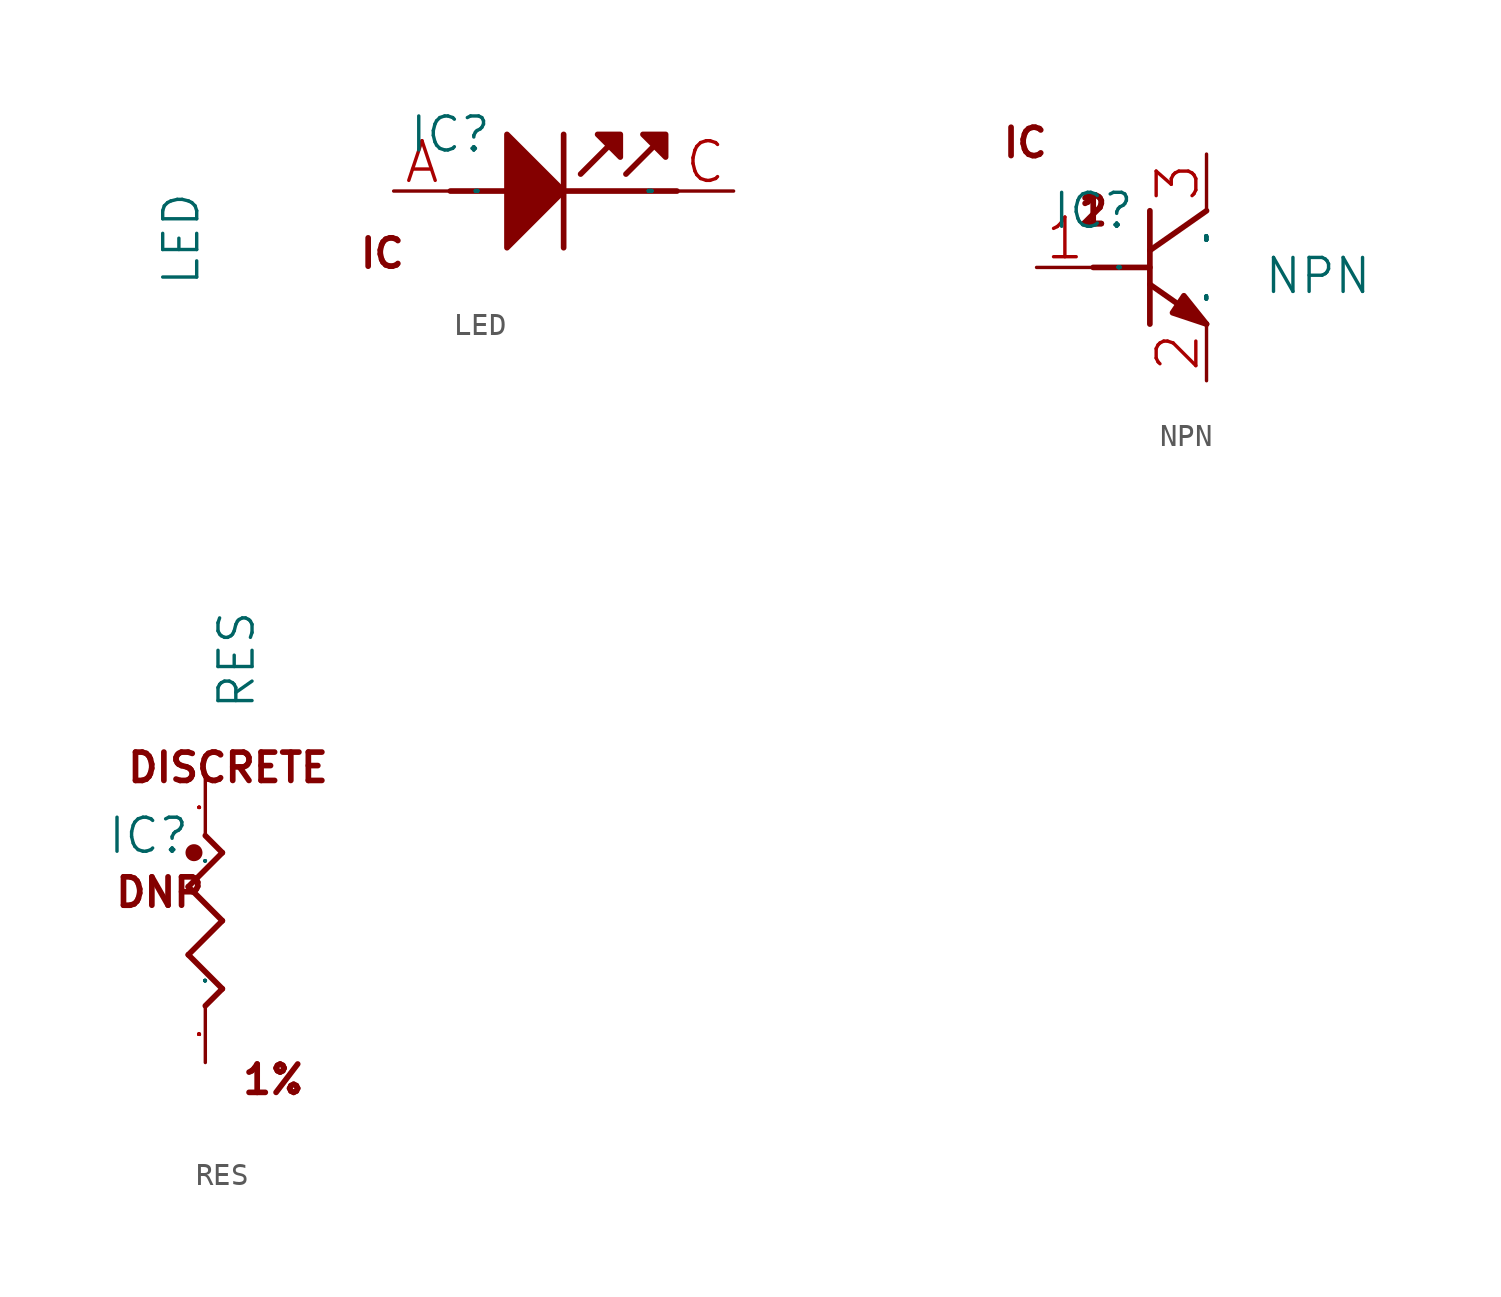
<source format=kicad_sym>
(kicad_symbol_lib
  (version 20220914)
  (generator kicad_symbol_editor)
  (symbol "LED"
    (pin_names
      (offset 1.016))
    (property "Reference" "IC"
      (at 0 0 0)
      (effects (font (size 1.524 1.524))))
    (property "Value" "LED"
      (at -11.176 -6.858 90)
      (effects (font (size 1.524 1.524)) (justify left bottom)))
    (property "Footprint" ""
      (at 0 0 0)
      (effects (font (size 1.524 1.524))))
    (property "Datasheet" ""
      (at 0 0 0)
      (effects (font (size 1.524 1.524))))
    (symbol "LED_0_1"
      (polyline (pts (xy 0 -2.54) (xy 2.54 -2.54)) (stroke (width 0.254) (type solid)) (fill (type none)))
      (polyline (pts (xy 5.08 -2.54) (xy 10.16 -2.54)) (stroke (width 0.254) (type solid)) (fill (type none)))
      (polyline (pts (xy 5.08 0) (xy 5.08 -5.08)) (stroke (width 0.254) (type solid)) (fill (type none)))
      (polyline (pts (xy 7.112 -0.508) (xy 5.842 -1.778)) (stroke (width 0.254) (type solid)) (fill (type none)))
      (polyline (pts (xy 9.144 -0.508) (xy 7.874 -1.778)) (stroke (width 0.254) (type solid)) (fill (type none)))
      (polyline (pts (xy 2.54 0) (xy 2.54 -5.08) (xy 5.08 -2.54) (xy 2.54 0) (xy 2.54 0)) (stroke (width 0.254) (type solid)) (fill (type outline)))
      (polyline (pts (xy 6.604 0) (xy 7.62 0) (xy 7.62 -1.016) (xy 6.604 0) (xy 6.604 0)) (stroke (width 0.254) (type solid)) (fill (type outline)))
      (polyline (pts (xy 9.652 0) (xy 8.636 0) (xy 9.652 -1.016) (xy 9.652 0) (xy 9.652 0)) (stroke (width 0.254) (type solid)) (fill (type outline)))
      (pin passive line (at -2.54 -2.54 0) (length 2.54) (name "ANODE" (effects (font (size 0.025 0.025)))) (number "A" (effects (font (size 1.778 1.778)))))
      (pin passive line (at 12.7 -2.54 180) (length 2.54) (name "CATHODE" (effects (font (size 0.025 0.025)))) (number "C" (effects (font (size 1.778 1.778))))))
    (symbol "LED_1_1"
      (text " " (at 15.24 -5.08 0) (effects (font (size 1.27 1.27) bold)))
      (text "IC" (at -3.048 -5.334 0) (effects (font (size 1.27 1.27) bold)))))
  (symbol "NPN"
    (pin_names
      (offset 1.016))
    (property "Reference" "IC"
      (at 0 0 0)
      (effects (font (size 1.524 1.524))))
    (property "Value" "NPN"
      (at 7.62 -3.81 0)
      (effects (font (size 1.524 1.524)) (justify left bottom)))
    (property "Footprint" ""
      (at 0 0 0)
      (effects (font (size 1.524 1.524))))
    (property "Datasheet" ""
      (at 0 0 0)
      (effects (font (size 1.524 1.524))))
    (symbol "NPN_0_1"
      (polyline (pts (xy 2.54 -3.302) (xy 5.08 -5.08)) (stroke (width 0.254) (type solid)) (fill (type none)))
      (polyline (pts (xy 2.54 -2.54) (xy 0 -2.54)) (stroke (width 0.254) (type solid)) (fill (type none)))
      (polyline (pts (xy 2.54 0) (xy 2.54 -5.08)) (stroke (width 0.254) (type solid)) (fill (type none)))
      (polyline (pts (xy 5.08 0) (xy 2.54 -1.778)) (stroke (width 0.254) (type solid)) (fill (type none)))
      (polyline (pts (xy 5.08 -5.08) (xy 4.064 -3.81) (xy 3.556 -4.572) (xy 5.08 -5.08) (xy 5.08 -5.08)) (stroke (width 0.254) (type solid)) (fill (type outline)))
      (pin input line (at -2.54 -2.54 0) (length 2.54) (name "BASE" (effects (font (size 0.025 0.025)))) (number "1" (effects (font (size 1.778 1.778)))))
      (pin passive line (at 5.08 -7.62 90) (length 2.54) (name "EMITTER" (effects (font (size 0.025 0.025)))) (number "2" (effects (font (size 1.778 1.778)))))
      (pin passive line (at 5.08 2.54 270) (length 2.54) (name "COLLECTOR" (effects (font (size 0.025 0.025)))) (number "3" (effects (font (size 1.778 1.778))))))
    (symbol "NPN_1_1"
      (text " " (at 0 0 0) (effects (font (size 1.27 1.27) bold)))
      (text "1" (at 0 0 0) (effects (font (size 1.27 1.27) bold)))
      (text "2" (at 0 0 0) (effects (font (size 1.27 1.27) bold)))
      (text "IC" (at -3.048 3.048 0) (effects (font (size 1.27 1.27) bold)))))
  (symbol "RES"
    (pin_names
      (offset 1.016))
    (property "Reference" "IC"
      (at 0 0 0)
      (effects (font (size 1.524 1.524))))
    (property "Value" "RES"
      (at 4.826 5.588 90)
      (effects (font (size 1.524 1.524)) (justify left bottom)))
    (property "Footprint" ""
      (at 0 0 0)
      (effects (font (size 1.524 1.524))))
    (property "Datasheet" ""
      (at 0 0 0)
      (effects (font (size 1.524 1.524))))
    (symbol "RES_0_1"
      (polyline (pts (xy 1.778 -5.334) (xy 3.302 -6.858)) (stroke (width 0.254) (type solid)) (fill (type none)))
      (polyline (pts (xy 1.778 -2.286) (xy 3.302 -3.81)) (stroke (width 0.254) (type solid)) (fill (type none)))
      (polyline (pts (xy 2.54 0) (xy 3.302 -0.762)) (stroke (width 0.254) (type solid)) (fill (type none)))
      (polyline (pts (xy 3.302 -6.858) (xy 2.54 -7.62)) (stroke (width 0.254) (type solid)) (fill (type none)))
      (polyline (pts (xy 3.302 -3.81) (xy 1.778 -5.334)) (stroke (width 0.254) (type solid)) (fill (type none)))
      (polyline (pts (xy 3.302 -0.762) (xy 1.778 -2.286)) (stroke (width 0.254) (type solid)) (fill (type none)))
      (circle (center 2.032 -0.762) (radius 0.254) (stroke (width 0.254) (type solid)) (fill (type outline)))
      (pin passive line (at 2.54 2.54 270) (length 2.54) (name "1" (effects (font (size 0.025 0.025)))) (number "1" (effects (font (size 0.025 0.025)))))
      (pin passive line (at 2.54 -10.16 90) (length 2.54) (name "2" (effects (font (size 0.025 0.025)))) (number "2" (effects (font (size 0.025 0.025))))))
    (symbol "RES_1_1"
      (text "1%" (at 5.588 -10.922 0) (effects (font (size 1.27 1.27) bold)))
      (text "DISCRETE" (at 3.556 3.048 0) (effects (font (size 1.27 1.27) bold)))
      (text "DNP" (at 0.508 -2.54 0) (effects (font (size 1.27 1.27) bold))))))
</source>
